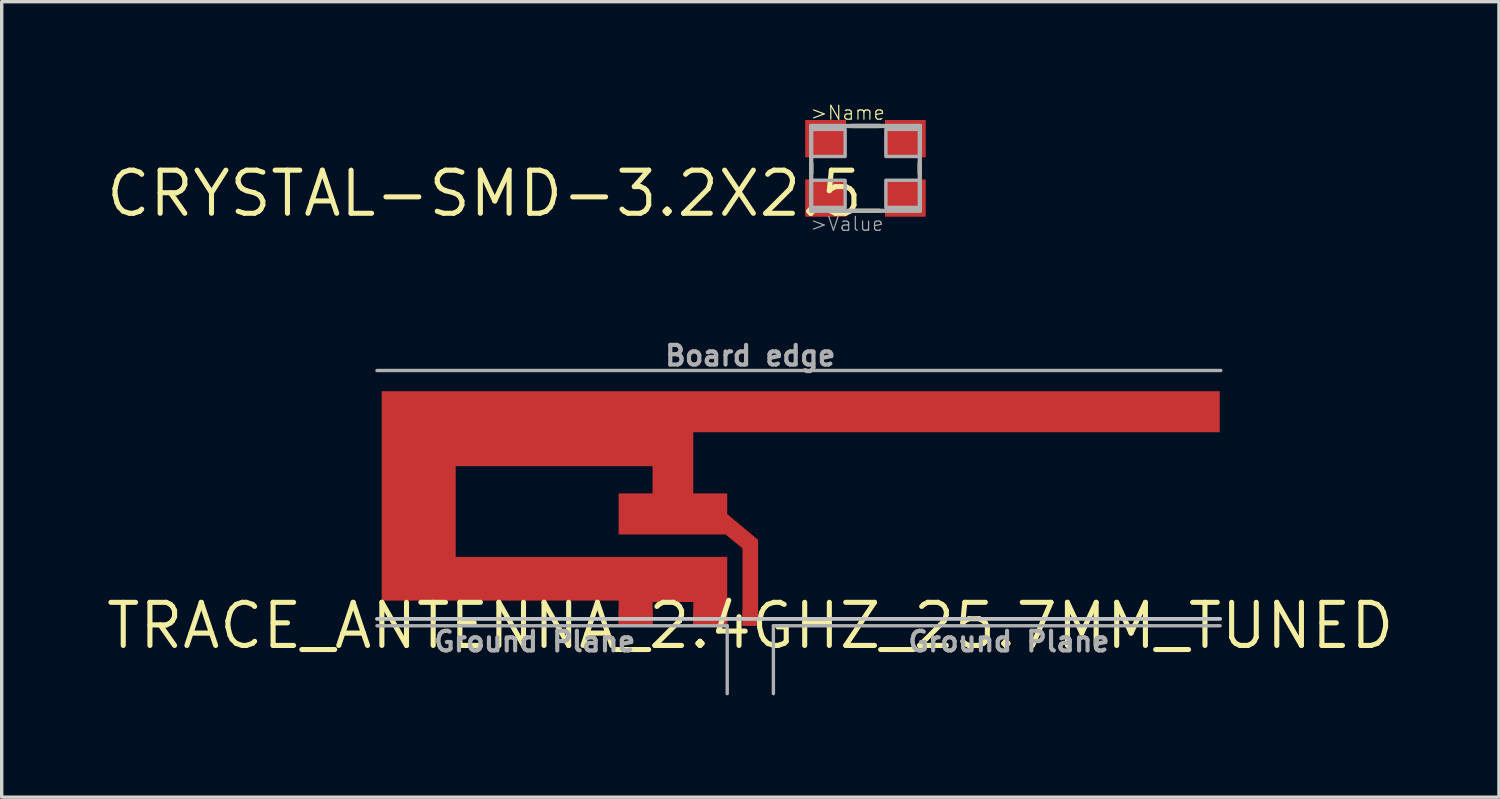
<source format=kicad_pcb>
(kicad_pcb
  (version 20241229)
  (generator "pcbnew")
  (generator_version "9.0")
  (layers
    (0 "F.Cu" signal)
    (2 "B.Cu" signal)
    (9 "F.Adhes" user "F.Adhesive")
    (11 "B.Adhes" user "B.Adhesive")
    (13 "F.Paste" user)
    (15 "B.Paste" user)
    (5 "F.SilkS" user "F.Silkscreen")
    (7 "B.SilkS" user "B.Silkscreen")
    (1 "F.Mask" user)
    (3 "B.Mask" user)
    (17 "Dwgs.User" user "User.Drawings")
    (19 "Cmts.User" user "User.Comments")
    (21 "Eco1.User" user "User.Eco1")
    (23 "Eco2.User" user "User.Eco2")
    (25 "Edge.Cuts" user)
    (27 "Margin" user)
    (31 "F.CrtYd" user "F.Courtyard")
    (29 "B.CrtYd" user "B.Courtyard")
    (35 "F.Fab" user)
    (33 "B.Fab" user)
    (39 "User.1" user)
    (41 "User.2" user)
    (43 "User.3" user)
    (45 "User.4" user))
  (footprint "CRYSTAL-SMD-3.2X2.5"
    (layer "F.Cu")
    (at 22.451 1.911)
    (property "Reference" "CRYSTAL-SMD-3.2X2.5" (at 0 0 0) (layer "F.SilkS") (effects (font (size 1.27 1.27) (thickness 0.15)) (justify right top)))
    (attr through_hole)
    (fp_line (start -1.6 0.15) (end -1.6 -0.15) (stroke (width 0.127) (type solid)) (layer "F.SilkS"))
    (fp_line (start -0.4 -1.25) (end 0.4 -1.25) (stroke (width 0.127) (type solid)) (layer "F.SilkS"))
    (fp_line (start 0.4 1.25) (end -0.4 1.25) (stroke (width 0.127) (type solid)) (layer "F.SilkS"))
    (fp_line (start 1.6 -0.15) (end 1.6 0.15) (stroke (width 0.127) (type solid)) (layer "F.SilkS"))
    (fp_line (start -1.6 -1.25) (end 1.6 -1.25) (stroke (width 0.127) (type solid)) (layer "F.Fab"))
    (fp_line (start -1.6 1.25) (end -1.6 -1.25) (stroke (width 0.127) (type solid)) (layer "F.Fab"))
    (fp_line (start 1.6 -1.25) (end 1.6 1.25) (stroke (width 0.127) (type solid)) (layer "F.Fab"))
    (fp_line (start 1.6 1.25) (end -1.6 1.25) (stroke (width 0.127) (type solid)) (layer "F.Fab"))
    (fp_poly (pts (xy -1.6 -0.35) (xy -0.6 -0.35) (xy -0.6 -1.15) (xy -1.6 -1.15)) (stroke (width 0.1) (type solid)) (fill no) (layer "F.Fab"))
    (fp_poly (pts (xy -1.6 1.15) (xy -0.6 1.15) (xy -0.6 0.35) (xy -1.6 0.35)) (stroke (width 0.1) (type solid)) (fill no) (layer "F.Fab"))
    (fp_poly (pts (xy 1.6 -1.15) (xy 0.6 -1.15) (xy 0.6 -0.35) (xy 1.6 -0.35)) (stroke (width 0.1) (type solid)) (fill no) (layer "F.Fab"))
    (fp_poly (pts (xy 1.6 0.35) (xy 0.6 0.35) (xy 0.6 1.15) (xy 1.6 1.15)) (stroke (width 0.1) (type solid)) (fill no) (layer "F.Fab"))
    (fp_text user ">Name" (at -1.651 -1.397 0) (layer "F.SilkS") (effects (font (size 0.41 0.41) (thickness 0.035)) (justify left bottom)))
    (fp_text user ">Value" (at -1.651 1.397 0) (layer "F.Fab") (effects (font (size 0.41 0.41) (thickness 0.035)) (justify left top)))
    (pad "1" smd rect (at -1.175 0.875 180) (size 1.2 1.1) (layers "F.Cu" "F.Mask" "F.Paste"))
    (pad "2" smd rect (at 1.175 0.875) (size 1.2 1.1) (layers "F.Cu" "F.Mask" "F.Paste"))
    (pad "3" smd rect (at 1.175 -0.875) (size 1.2 1.1) (layers "F.Cu" "F.Mask" "F.Paste"))
    (pad "4" smd rect (at -1.175 -0.875 180) (size 1.2 1.1) (layers "F.Cu" "F.Mask" "F.Paste")))
  (footprint "TRACE_ANTENNA_2.4GHZ_25.7MM_TUNED"
    (layer "F.Cu")
    (at 19.057 15.387)
    (property "Reference" "TRACE_ANTENNA_2.4GHZ_25.7MM_TUNED" (at 0 0 0) (layer "F.SilkS") (effects (font (size 1.27 1.27) (thickness 0.15))))
    (attr through_hole)
    (fp_poly (pts (xy -0.23 0) (xy -0.23 -2.28) (xy -0.73 -2.69) (xy -3.88 -2.69) (xy -3.88 -3.9) (xy -2.88 -3.9) (xy -2.88 -4.7) (xy -8.68 -4.7) (xy -8.68 -2.03) (xy -0.68 -2.03) (xy -0.68 0) (xy -1.68 0) (xy -1.68 -0.7) (xy -2.88 -0.7) (xy -2.88 0) (xy -3.88 0) (xy -3.88 -0.74) (xy -10.86 -0.74) (xy -10.86 -6.91) (xy 13.831 -6.91) (xy 13.831 -5.7) (xy -1.68 -5.7) (xy -1.68 -3.9) (xy -0.68 -3.9) (xy -0.68 -3.29) (xy 0.23 -2.53) (xy 0.23 0)) (stroke (width 0) (type solid)) (fill yes) (layer "F.Cu"))
    (fp_line (start 13.843 -0.203) (end -11 -0.203) (stroke (width 0.1) (type solid)) (layer "Dwgs.User"))
    (fp_line (start 13.843 -0.203) (end -11 -0.203) (stroke (width 0.1) (type solid)) (layer "Dwgs.User"))
    (fp_line (start -11 -7.52) (end 13.861 -7.52) (stroke (width 0.1) (type solid)) (layer "F.Fab"))
    (fp_line (start -0.68 0) (end -11 0) (stroke (width 0.1) (type solid)) (layer "F.Fab"))
    (fp_line (start -0.68 2) (end -0.68 0) (stroke (width 0.1) (type solid)) (layer "F.Fab"))
    (fp_line (start 0.68 0) (end 0.68 2) (stroke (width 0.1) (type solid)) (layer "F.Fab"))
    (fp_line (start 0.68 0) (end 13.843 0) (stroke (width 0.1) (type solid)) (layer "F.Fab"))
    (fp_text user "Board edge" (at 0 -7.62 0) (layer "F.Fab") (effects (font (size 0.579 0.579) (thickness 0.122)) (justify bottom)))
    (fp_text user "Ground Plane" (at 7.62 0.127 0) (layer "F.Fab") (effects (font (size 0.579 0.579) (thickness 0.122)) (justify top)))
    (fp_text user "Ground Plane" (at -6.35 0.127 0) (layer "F.Fab") (effects (font (size 0.579 0.579) (thickness 0.122)) (justify top)))
    (pad "ANT" smd rect (at 0 -0.23) (size 0.46 0.46) (layers "F.Cu" "F.Mask"))
    (pad "GND" smd rect (at -1.18 -0.23) (size 1 0.46) (layers "F.Cu" "F.Mask"))
    (pad "GND2" smd rect (at -3.38 -0.23) (size 1 0.46) (layers "F.Cu" "F.Mask")))
  (gr_rect
    (start -3 -3)
    (end 41.115 20.437)
    (stroke (width 0.1) (type default))
    (fill no)
    (layer "Edge.Cuts")))
</source>
